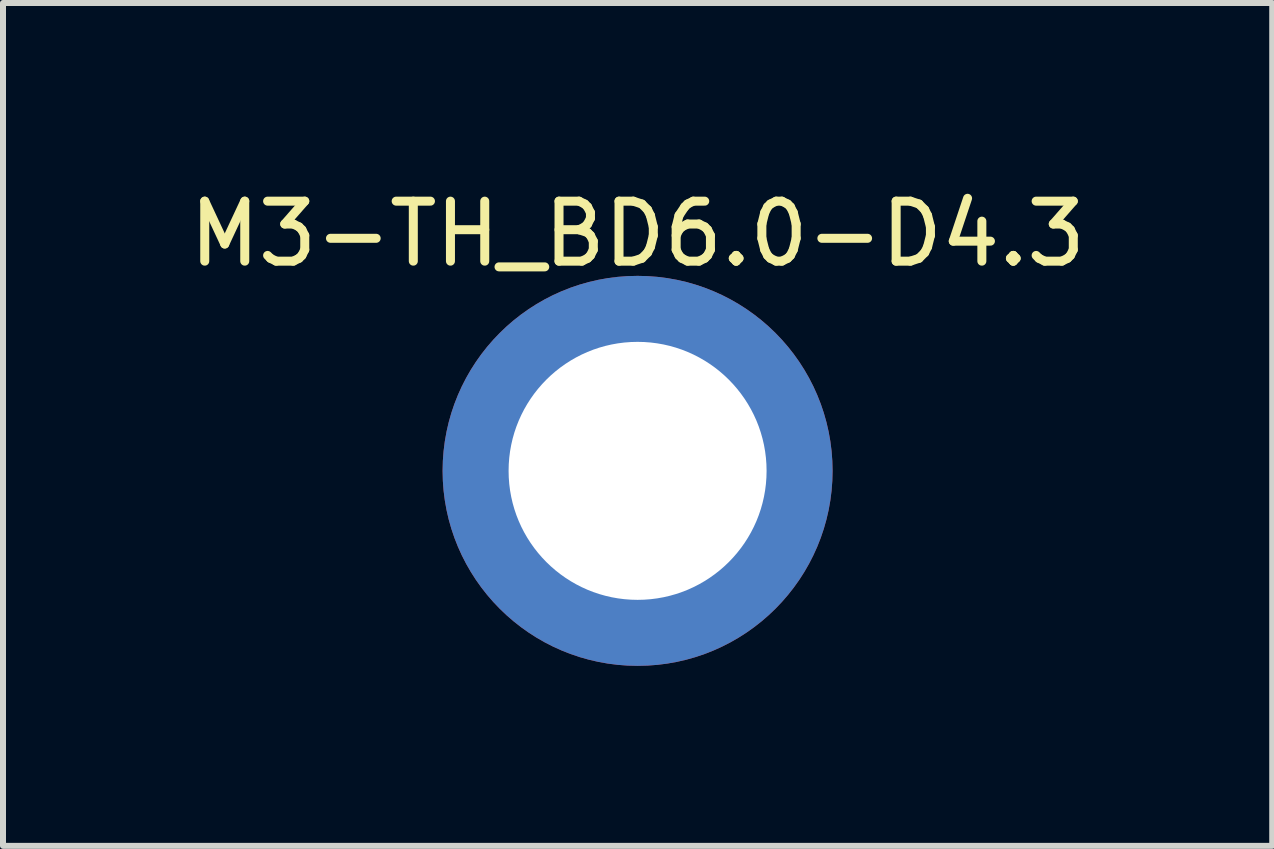
<source format=kicad_pcb>
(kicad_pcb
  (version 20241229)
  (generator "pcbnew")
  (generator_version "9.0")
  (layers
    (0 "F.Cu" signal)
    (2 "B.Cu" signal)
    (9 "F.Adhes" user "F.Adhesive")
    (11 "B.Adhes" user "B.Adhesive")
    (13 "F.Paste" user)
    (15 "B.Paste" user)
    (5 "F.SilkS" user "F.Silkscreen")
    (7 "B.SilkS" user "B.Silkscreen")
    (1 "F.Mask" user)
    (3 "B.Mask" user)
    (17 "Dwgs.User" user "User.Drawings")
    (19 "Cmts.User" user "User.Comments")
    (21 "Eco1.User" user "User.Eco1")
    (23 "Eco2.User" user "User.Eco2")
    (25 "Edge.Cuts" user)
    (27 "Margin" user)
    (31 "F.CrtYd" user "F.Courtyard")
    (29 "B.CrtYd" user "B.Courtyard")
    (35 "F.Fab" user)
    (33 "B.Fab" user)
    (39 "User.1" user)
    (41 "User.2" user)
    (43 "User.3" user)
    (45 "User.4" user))
  (footprint "M3-TH_BD6.0-D4.3"
    (layer "F.Cu")
    (at 7.577 4.798)
    (property "Reference" "M3-TH_BD6.0-D4.3" (at 0 -3.95 0) (layer "F.SilkS") (effects (font (size 1 1) (thickness 0.15))))
    (pad "1" thru_hole circle (at 0 0) (size 6.5 6.5) (drill 4.3) (layers "*.Cu" "*.Mask")))
  (gr_rect
    (start -3 -3)
    (end 18.155 11.048)
    (stroke (width 0.1) (type default))
    (fill no)
    (layer "Edge.Cuts")))
</source>
